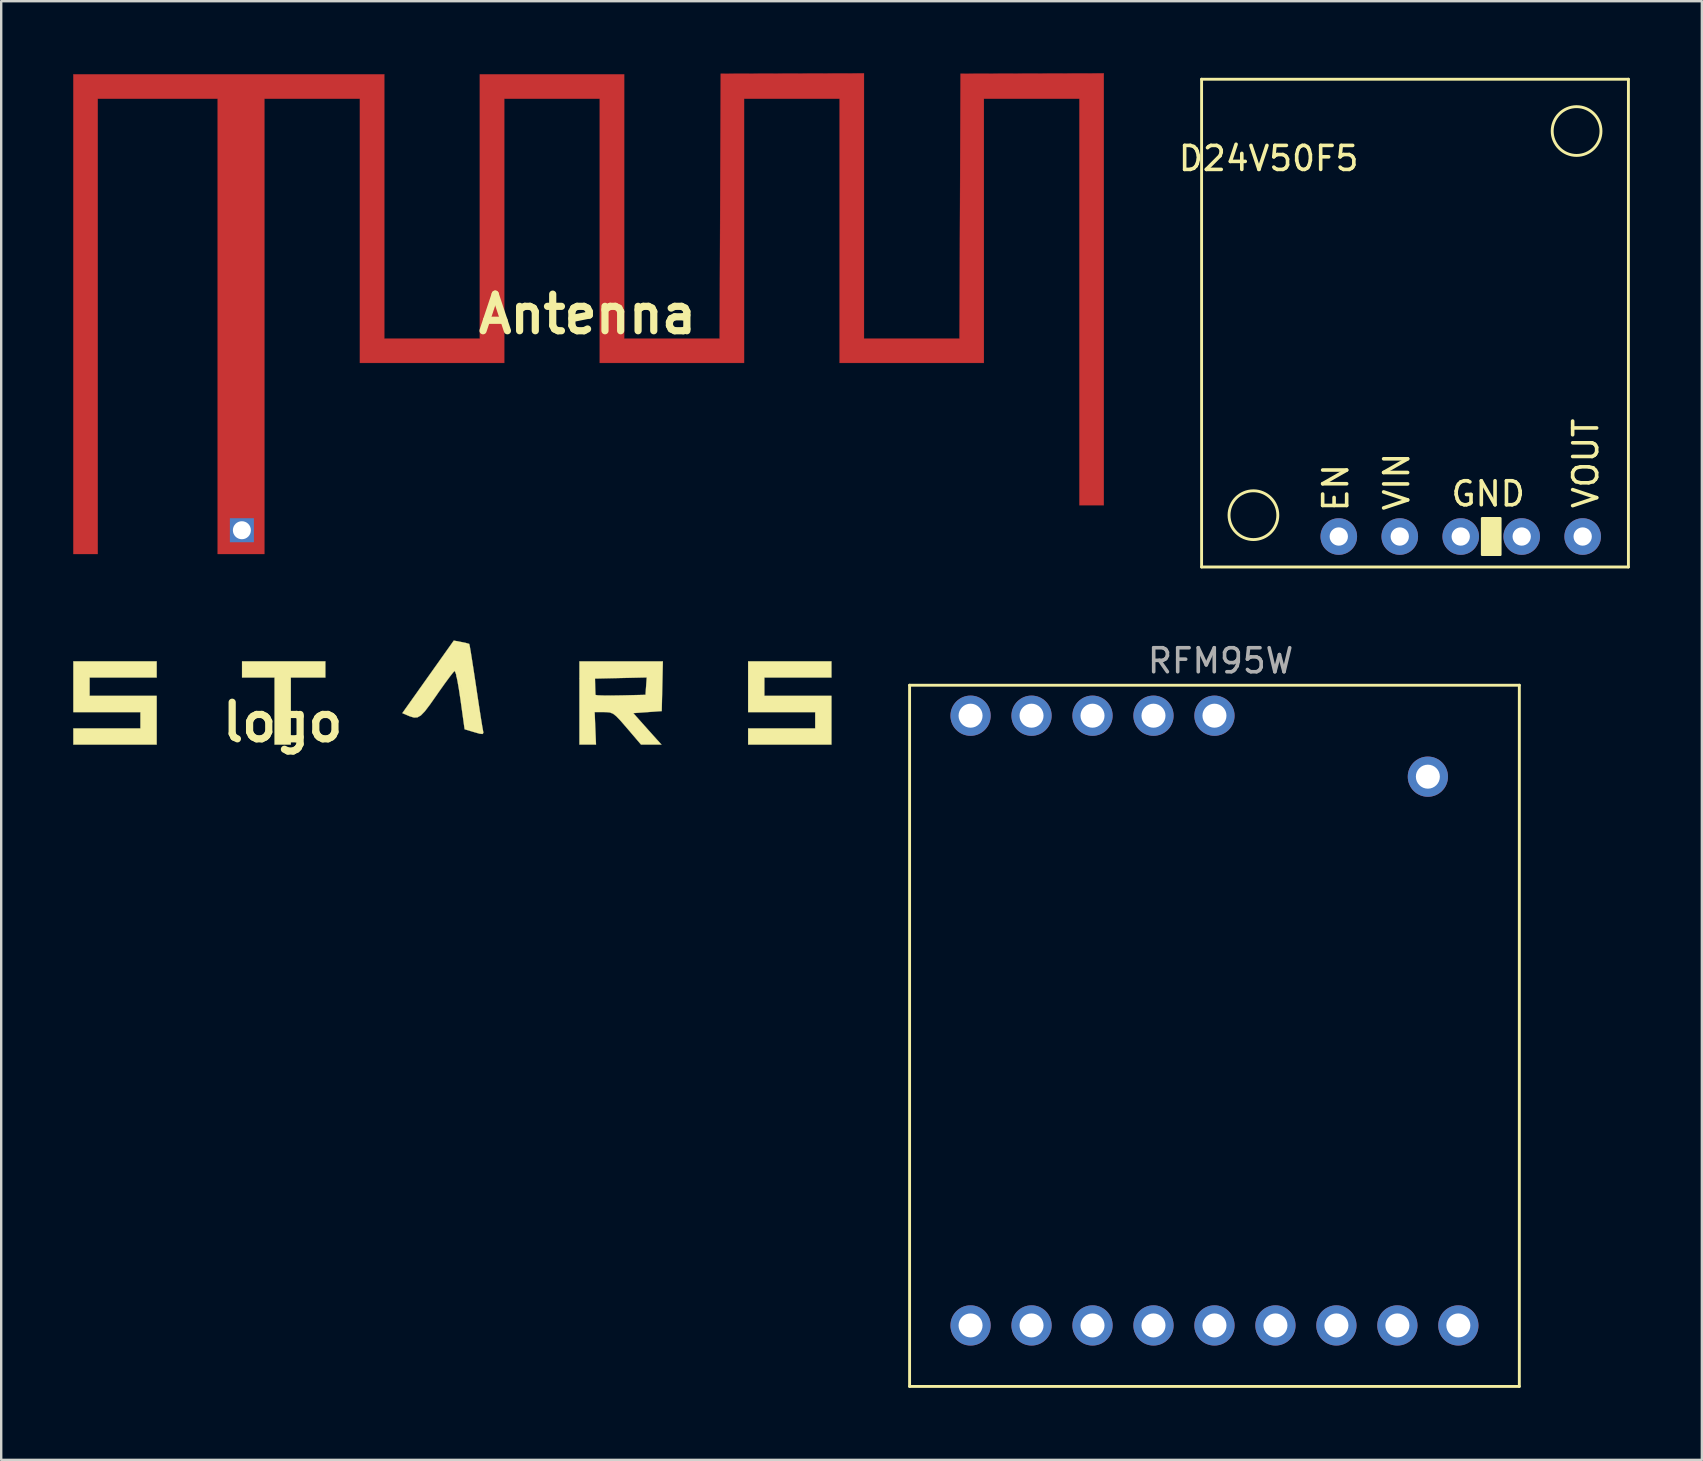
<source format=kicad_pcb>
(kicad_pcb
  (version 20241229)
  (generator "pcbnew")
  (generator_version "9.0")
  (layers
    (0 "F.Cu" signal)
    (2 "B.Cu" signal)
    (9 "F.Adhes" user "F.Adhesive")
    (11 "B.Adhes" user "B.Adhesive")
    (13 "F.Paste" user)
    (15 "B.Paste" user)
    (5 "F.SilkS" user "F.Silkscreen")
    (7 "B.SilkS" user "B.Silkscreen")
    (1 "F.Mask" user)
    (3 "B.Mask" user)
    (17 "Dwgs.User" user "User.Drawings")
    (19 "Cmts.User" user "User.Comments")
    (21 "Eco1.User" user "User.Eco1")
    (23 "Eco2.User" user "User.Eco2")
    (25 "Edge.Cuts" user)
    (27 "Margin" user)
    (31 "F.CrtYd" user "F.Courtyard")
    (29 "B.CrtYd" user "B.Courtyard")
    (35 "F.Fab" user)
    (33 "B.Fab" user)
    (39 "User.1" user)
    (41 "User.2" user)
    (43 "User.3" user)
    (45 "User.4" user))
  (footprint "logo"
    (layer "F.Cu")
    (at 8.726 27.038)
    (property "Reference" "logo" (at 0 0 0) (layer "F.SilkS") (effects (font (size 1.524 1.524) (thickness 0.3))))
    (attr through_hole)
    (fp_poly (pts (xy 1.778 -1.863) (xy 0.339 -1.863) (xy 0.339 0.931) (xy -0.339 0.931) (xy -0.339 -1.863) (xy -1.693 -1.863) (xy -1.693 -2.54) (xy 1.778 -2.54) (xy 1.778 -1.863)) (stroke (width 0.01) (type solid)) (fill yes) (layer "F.SilkS"))
    (fp_poly (pts (xy -5.249 -1.863) (xy -8.043 -1.863) (xy -8.043 -1.101) (xy -5.249 -1.101) (xy -5.249 0.931) (xy -8.721 0.931) (xy -8.721 0.254) (xy -5.927 0.254) (xy -5.927 -0.423) (xy -8.721 -0.423) (xy -8.721 -2.54) (xy -5.249 -2.54) (xy -5.249 -1.863)) (stroke (width 0.01) (type solid)) (fill yes) (layer "F.SilkS"))
    (fp_poly (pts (xy 22.86 -1.863) (xy 20.066 -1.863) (xy 20.066 -1.101) (xy 22.86 -1.101) (xy 22.86 0.931) (xy 19.389 0.931) (xy 19.389 0.254) (xy 22.183 0.254) (xy 22.183 -0.423) (xy 19.389 -0.423) (xy 19.389 -2.54) (xy 22.86 -2.54) (xy 22.86 -1.863)) (stroke (width 0.01) (type solid)) (fill yes) (layer "F.SilkS"))
    (fp_poly (pts (xy 15.814 -1.503) (xy 15.79 -0.466) (xy 15.198 -0.423) (xy 14.605 -0.381) (xy 14.982 0.042) (xy 15.216 0.304) (xy 15.437 0.551) (xy 15.57 0.699) (xy 15.78 0.931) (xy 14.929 0.931) (xy 14.351 0.254) (xy 14.09 -0.048) (xy 13.906 -0.243) (xy 13.764 -0.356) (xy 13.633 -0.408) (xy 13.478 -0.423) (xy 13.385 -0.424) (xy 12.996 -0.424) (xy 13.024 0.254) (xy 13.052 0.931) (xy 12.361 0.931) (xy 12.361 -1.82) (xy 13.01 -1.82) (xy 13.017 -1.503) (xy 13.024 -1.285) (xy 13.03 -1.151) (xy 13.032 -1.14) (xy 13.114 -1.125) (xy 13.332 -1.116) (xy 13.655 -1.113) (xy 14.049 -1.119) (xy 14.076 -1.119) (xy 15.113 -1.143) (xy 15.139 -1.505) (xy 15.165 -1.868) (xy 14.088 -1.844) (xy 13.01 -1.82) (xy 12.361 -1.82) (xy 12.361 -2.54) (xy 15.838 -2.54) (xy 15.814 -1.503)) (stroke (width 0.01) (type solid)) (fill yes) (layer "F.SilkS"))
    (fp_poly (pts (xy 7.437 -3.345) (xy 7.645 -3.301) (xy 7.764 -3.267) (xy 7.772 -3.262) (xy 7.792 -3.175) (xy 7.832 -2.945) (xy 7.887 -2.599) (xy 7.955 -2.162) (xy 8.031 -1.66) (xy 8.047 -1.555) (xy 8.125 -1.029) (xy 8.198 -0.551) (xy 8.261 -0.15) (xy 8.309 0.146) (xy 8.338 0.307) (xy 8.34 0.318) (xy 8.361 0.437) (xy 8.327 0.488) (xy 8.204 0.475) (xy 7.958 0.405) (xy 7.917 0.393) (xy 7.578 0.291) (xy 7.408 -0.934) (xy 7.343 -1.364) (xy 7.28 -1.726) (xy 7.224 -1.991) (xy 7.874 -0.254) (xy 7.168 -2.143) (xy 7.097 -2.071) (xy 6.951 -1.884) (xy 6.748 -1.608) (xy 6.508 -1.27) (xy 6.424 -1.148) (xy 6.139 -0.742) (xy 5.925 -0.46) (xy 5.757 -0.286) (xy 5.613 -0.204) (xy 5.47 -0.196) (xy 5.303 -0.246) (xy 5.222 -0.279) (xy 4.983 -0.381) (xy 6.055 -1.892) (xy 7.127 -3.403) (xy 7.437 -3.345)) (stroke (width 0.01) (type solid)) (fill yes) (layer "F.SilkS")))
  (footprint "RFM95W"
    (layer "F.Cu")
    (at 34.841 25.494)
    (property "Reference" "RFM95W" (at 12.954 -1.016 0) (layer "F.Fab") (effects (font (size 1 1) (thickness 0.15))))
    (attr through_hole)
    (fp_line (start 0 0) (end 25.4 0) (stroke (width 0.12) (type solid)) (layer "F.SilkS"))
    (fp_line (start 0 29.21) (end 0 0) (stroke (width 0.12) (type solid)) (layer "F.SilkS"))
    (fp_line (start 25.4 0) (end 25.4 29.21) (stroke (width 0.12) (type solid)) (layer "F.SilkS"))
    (fp_line (start 25.4 29.21) (end 0 29.21) (stroke (width 0.12) (type solid)) (layer "F.SilkS"))
    (pad "1" thru_hole circle (at 2.54 26.67) (size 1.676 1.676) (drill 1) (layers "*.Cu" "*.Mask"))
    (pad "2" thru_hole circle (at 5.08 26.67) (size 1.676 1.676) (drill 1) (layers "*.Cu" "*.Mask"))
    (pad "3" thru_hole circle (at 7.62 26.67) (size 1.676 1.676) (drill 1) (layers "*.Cu" "*.Mask"))
    (pad "4" thru_hole circle (at 10.16 26.67) (size 1.676 1.676) (drill 1) (layers "*.Cu" "*.Mask"))
    (pad "5" thru_hole circle (at 12.7 26.67) (size 1.676 1.676) (drill 1) (layers "*.Cu" "*.Mask"))
    (pad "6" thru_hole circle (at 15.24 26.67) (size 1.676 1.676) (drill 1) (layers "*.Cu" "*.Mask"))
    (pad "7" thru_hole circle (at 17.78 26.67) (size 1.676 1.676) (drill 1) (layers "*.Cu" "*.Mask"))
    (pad "8" thru_hole circle (at 20.32 26.67) (size 1.676 1.676) (drill 1) (layers "*.Cu" "*.Mask"))
    (pad "9" thru_hole circle (at 22.86 26.67) (size 1.676 1.676) (drill 1) (layers "*.Cu" "*.Mask"))
    (pad "10" thru_hole circle (at 2.54 1.27) (size 1.676 1.676) (drill 1) (layers "*.Cu" "*.Mask"))
    (pad "11" thru_hole circle (at 5.08 1.27) (size 1.676 1.676) (drill 1) (layers "*.Cu" "*.Mask"))
    (pad "12" thru_hole circle (at 7.62 1.27) (size 1.676 1.676) (drill 1) (layers "*.Cu" "*.Mask"))
    (pad "13" thru_hole circle (at 10.16 1.27) (size 1.676 1.676) (drill 1) (layers "*.Cu" "*.Mask"))
    (pad "14" thru_hole circle (at 12.7 1.27) (size 1.676 1.676) (drill 1) (layers "*.Cu" "*.Mask"))
    (pad "15" thru_hole circle (at 21.59 3.81) (size 1.676 1.676) (drill 1) (layers "*.Cu" "*.Mask")))
  (footprint "D24V50F5"
    (layer "F.Cu")
    (at 47.005 0.25)
    (property "Reference" "D24V50F5" (at 2.794 3.302 0) (layer "F.SilkS") (effects (font (size 1 1) (thickness 0.15))))
    (attr through_hole)
    (fp_line (start 0 0) (end 17.78 0) (stroke (width 0.12) (type solid)) (layer "F.SilkS"))
    (fp_line (start 0 20.32) (end 0 0) (stroke (width 0.12) (type solid)) (layer "F.SilkS"))
    (fp_line (start 17.78 0) (end 17.78 20.32) (stroke (width 0.12) (type solid)) (layer "F.SilkS"))
    (fp_line (start 17.78 20.32) (end 0 20.32) (stroke (width 0.12) (type solid)) (layer "F.SilkS"))
    (fp_circle (center 2.159 18.161) (end 2.159 19.177) (stroke (width 0.12) (type solid)) (fill no) (layer "F.SilkS"))
    (fp_circle (center 15.621 2.159) (end 15.621 1.143) (stroke (width 0.12) (type solid)) (fill no) (layer "F.SilkS"))
    (fp_poly (pts (xy 12.446 19.812) (xy 11.684 19.812) (xy 11.684 18.288) (xy 12.446 18.288)) (stroke (width 0.1) (type solid)) (fill yes) (layer "F.SilkS"))
    (fp_text user "VIN" (at 8.128 16.764 90) (layer "F.SilkS") (effects (font (size 1 1) (thickness 0.15))))
    (fp_text user "EN" (at 5.588 17.018 90) (layer "F.SilkS") (effects (font (size 1 1) (thickness 0.15))))
    (fp_text user "VOUT" (at 16.002 16.002 90) (layer "F.SilkS") (effects (font (size 1 1) (thickness 0.15))))
    (fp_text user "GND" (at 11.938 17.272 0) (layer "F.SilkS") (effects (font (size 1 1) (thickness 0.15))))
    (pad "1" thru_hole circle (at 15.875 19.05) (size 1.524 1.524) (drill 0.762) (layers "*.Cu" "*.Mask"))
    (pad "2" thru_hole circle (at 13.335 19.05) (size 1.524 1.524) (drill 0.762) (layers "*.Cu" "*.Mask"))
    (pad "3" thru_hole circle (at 10.795 19.05) (size 1.524 1.524) (drill 0.762) (layers "*.Cu" "*.Mask"))
    (pad "4" thru_hole circle (at 8.255 19.05) (size 1.524 1.524) (drill 0.762) (layers "*.Cu" "*.Mask"))
    (pad "5" thru_hole circle (at 5.715 19.05) (size 1.524 1.524) (drill 0.762) (layers "*.Cu" "*.Mask")))
  (footprint "Antenna"
    (layer "F.Cu")
    (at 21.426 10.038)
    (property "Reference" "Antenna" (at 0 0 0) (layer "F.SilkS") (effects (font (size 1.524 1.524) (thickness 0.3))))
    (attr through_hole)
    (fp_poly (pts (xy 21.505 -1.037) (xy 21.505 7.959) (xy 20.489 7.959) (xy 20.489 -8.975) (xy 16.51 -8.975) (xy 16.51 2.032) (xy 10.499 2.032) (xy 10.499 -8.975) (xy 6.519 -8.975) (xy 6.519 2.032) (xy 0.508 2.032) (xy 0.508 -8.975) (xy -3.471 -8.975) (xy -3.471 2.032) (xy -9.483 2.032) (xy -9.483 -8.975) (xy -13.462 -8.975) (xy -13.462 9.991) (xy -15.409 9.991) (xy -15.409 -8.975) (xy -20.405 -8.975) (xy -20.405 9.991) (xy -21.421 9.991) (xy -21.421 -9.991) (xy -8.467 -9.991) (xy -8.467 1.016) (xy -4.487 1.016) (xy -4.487 -9.991) (xy 1.524 -9.991) (xy 1.524 1.016) (xy 5.502 1.016) (xy 5.524 -4.501) (xy 5.546 -10.017) (xy 8.53 -10.025) (xy 11.515 -10.033) (xy 11.515 -4.508) (xy 11.515 1.016) (xy 15.493 1.016) (xy 15.515 -4.501) (xy 15.536 -10.017) (xy 18.521 -10.025) (xy 21.505 -10.033) (xy 21.505 -1.037)) (stroke (width 0.01) (type solid)) (fill yes) (layer "F.Cu"))
    (pad "1" thru_hole rect (at -14.4 9) (size 1 1) (drill 0.75) (layers "*.Cu" "*.Mask")))
  (gr_rect
    (start -3 -3)
    (end 67.845 57.764)
    (stroke (width 0.1) (type default))
    (fill no)
    (layer "Edge.Cuts")))
</source>
